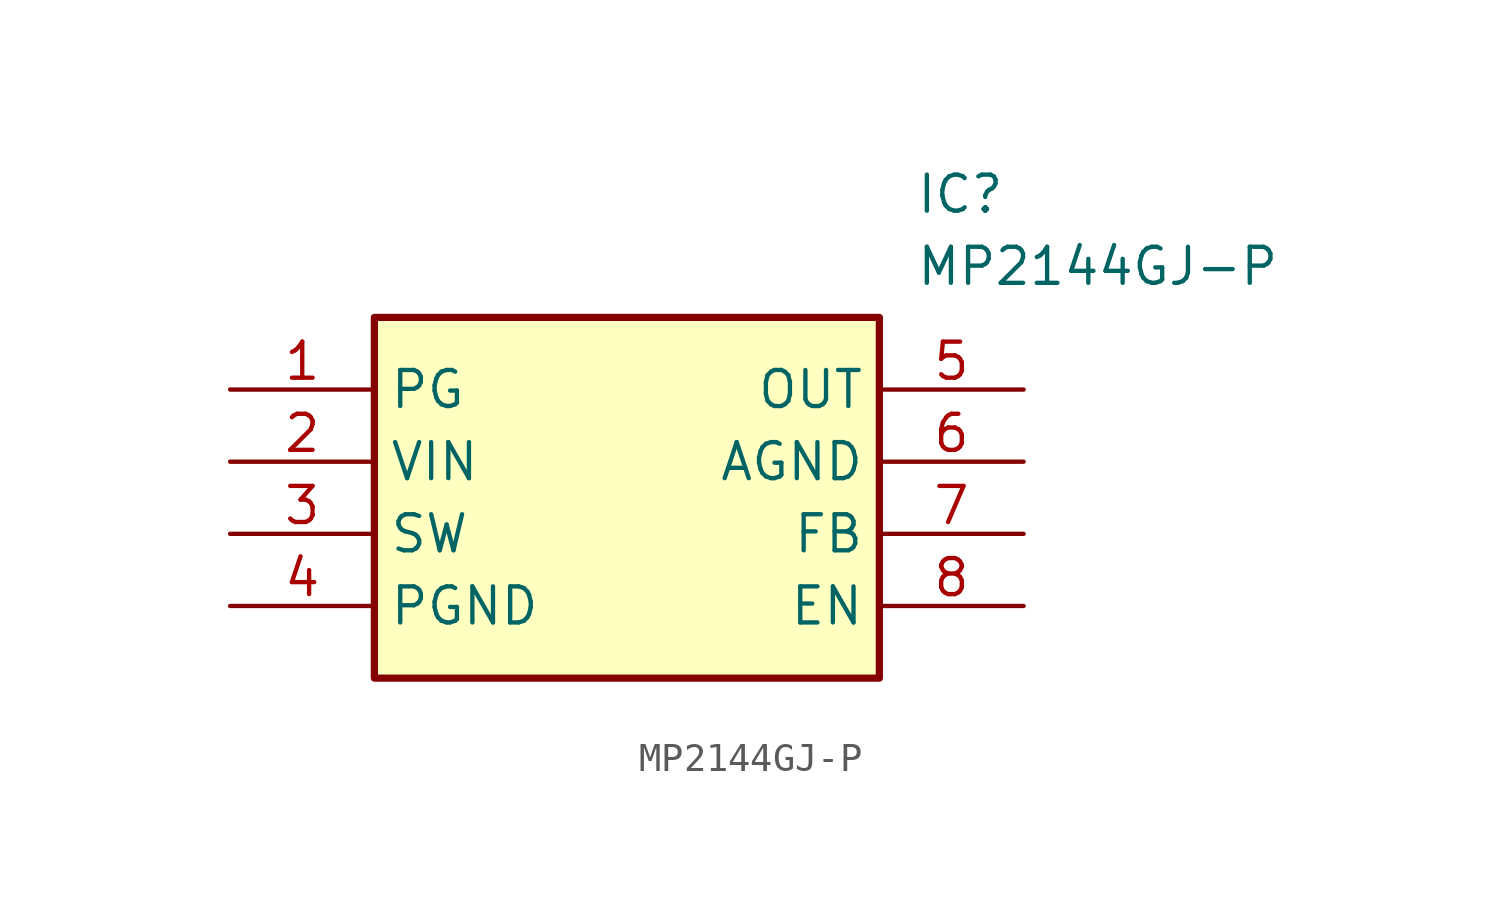
<source format=kicad_sym>
(kicad_symbol_lib
  (version 20211014)
  (generator SamacSys_ECAD_Model)
  (symbol "MP2144GJ-P"
    (property "Reference" "IC"
      (at 24.13 7.62 0)
      (effects (font (size 1.27 1.27)) (justify left top)))
    (property "Value" "MP2144GJ-P"
      (at 24.13 5.08 0)
      (effects (font (size 1.27 1.27)) (justify left top)))
    (rectangle
      (start 5.08 2.54)
      (end 22.86 -10.16)
      (stroke (width 0.254) (type default))
      (fill (type background)))
    (pin passive line
      (at 0 0 0)
      (length 5.08)
      (name "PG" (effects (font (size 1.27 1.27))))
      (number "1" (effects (font (size 1.27 1.27)))))
    (pin passive line
      (at 0 -2.54 0)
      (length 5.08)
      (name "VIN" (effects (font (size 1.27 1.27))))
      (number "2" (effects (font (size 1.27 1.27)))))
    (pin passive line
      (at 0 -5.08 0)
      (length 5.08)
      (name "SW" (effects (font (size 1.27 1.27))))
      (number "3" (effects (font (size 1.27 1.27)))))
    (pin passive line
      (at 0 -7.62 0)
      (length 5.08)
      (name "PGND" (effects (font (size 1.27 1.27))))
      (number "4" (effects (font (size 1.27 1.27)))))
    (pin passive line
      (at 27.94 0 180)
      (length 5.08)
      (name "OUT" (effects (font (size 1.27 1.27))))
      (number "5" (effects (font (size 1.27 1.27)))))
    (pin passive line
      (at 27.94 -2.54 180)
      (length 5.08)
      (name "AGND" (effects (font (size 1.27 1.27))))
      (number "6" (effects (font (size 1.27 1.27)))))
    (pin passive line
      (at 27.94 -5.08 180)
      (length 5.08)
      (name "FB" (effects (font (size 1.27 1.27))))
      (number "7" (effects (font (size 1.27 1.27)))))
    (pin passive line
      (at 27.94 -7.62 180)
      (length 5.08)
      (name "EN" (effects (font (size 1.27 1.27))))
      (number "8" (effects (font (size 1.27 1.27)))))))
</source>
